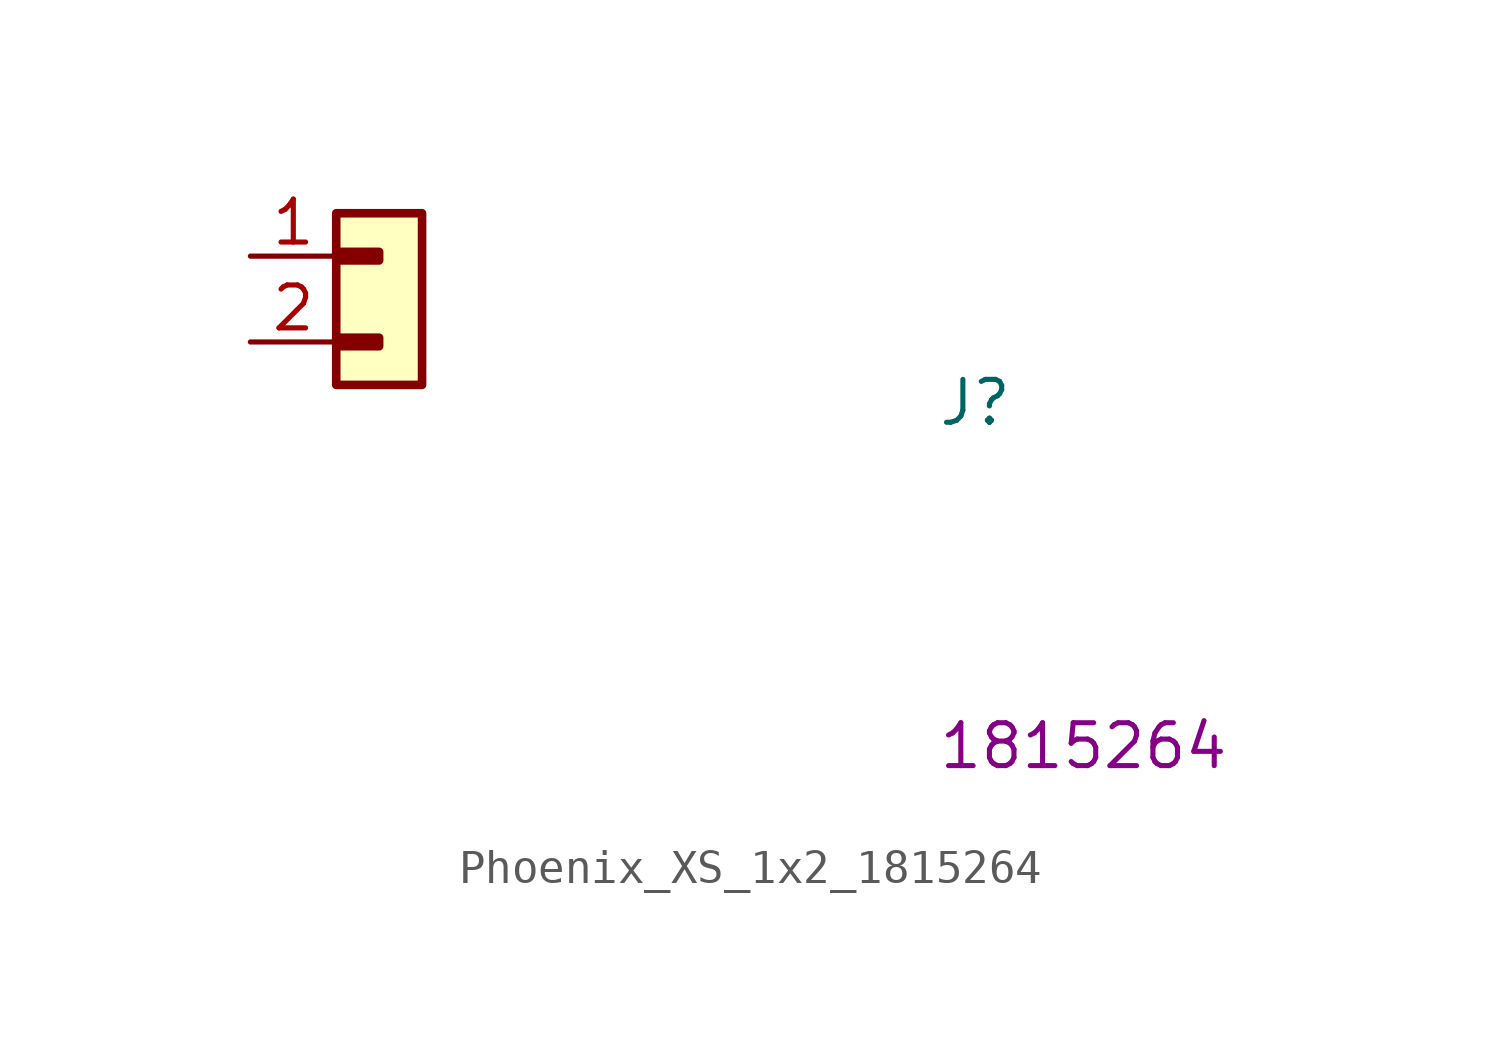
<source format=kicad_sym>
(kicad_symbol_lib
  (version 20220914)
  (generator kicad_symbol_editor)
  (symbol "Phoenix_XS_1x2_1815264"
    (property "Reference" "J"
      (at 20.32 -5.08 0)
      (effects (font (size 1.27 1.27) (thickness 0.15)) (justify left bottom)))
    (property "MPN" "1815264 "
      (at 20.32 -15.24 0)
      (effects (font (size 1.27 1.27) (thickness 0.15)) (justify left bottom)))
    (symbol "Phoenix_XS_1x2_1815264_1_1"
      (rectangle (start 2.54 -2.413) (end 3.81 -2.667) (stroke (width 0.254) (type default)) (fill (type background)))
      (rectangle (start 2.54 0.127) (end 3.81 -0.127) (stroke (width 0.254) (type default)) (fill (type background)))
      (rectangle (start 2.54 1.27) (end 5.08 -3.81) (stroke (width 0.254) (type default)) (fill (type background)))
      (pin input line (at 0 0 0) (length 2.54) (name "~" (effects (font (size 1.27 1.27)))) (number "1" (effects (font (size 1.27 1.27)))))
      (pin input line (at 0 -2.54 0) (length 2.54) (name "~" (effects (font (size 1.27 1.27)))) (number "2" (effects (font (size 1.27 1.27))))))))
</source>
